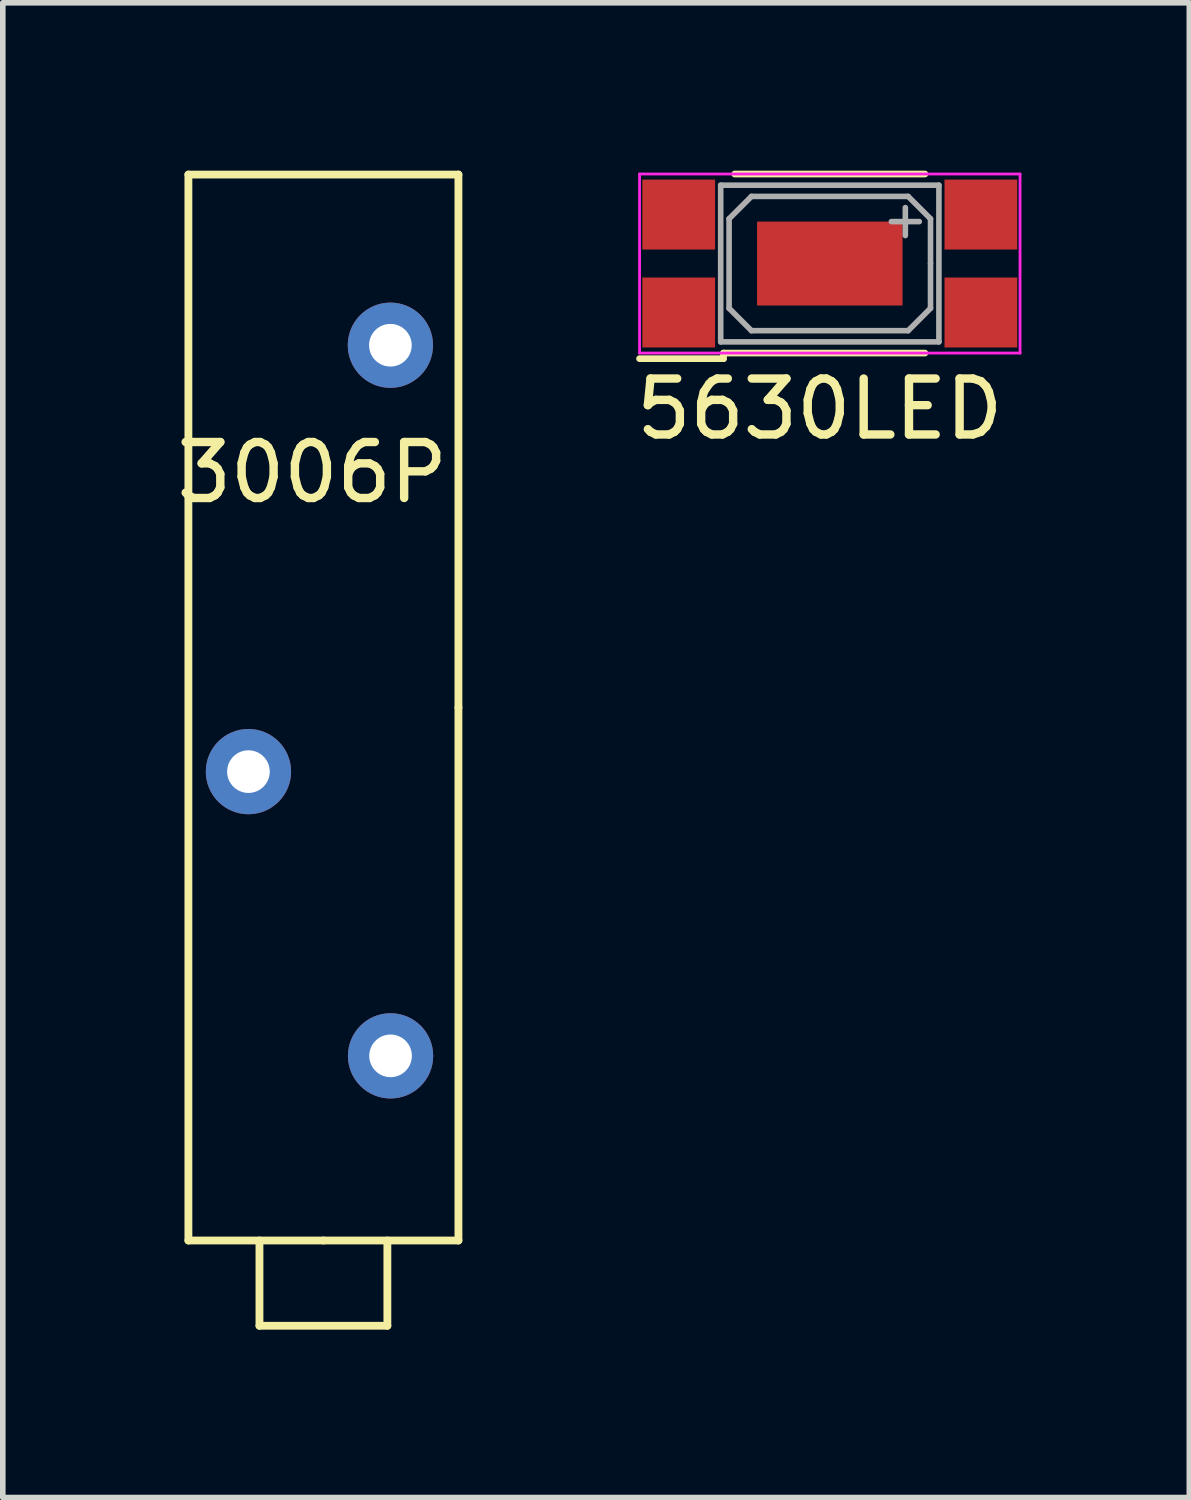
<source format=kicad_pcb>
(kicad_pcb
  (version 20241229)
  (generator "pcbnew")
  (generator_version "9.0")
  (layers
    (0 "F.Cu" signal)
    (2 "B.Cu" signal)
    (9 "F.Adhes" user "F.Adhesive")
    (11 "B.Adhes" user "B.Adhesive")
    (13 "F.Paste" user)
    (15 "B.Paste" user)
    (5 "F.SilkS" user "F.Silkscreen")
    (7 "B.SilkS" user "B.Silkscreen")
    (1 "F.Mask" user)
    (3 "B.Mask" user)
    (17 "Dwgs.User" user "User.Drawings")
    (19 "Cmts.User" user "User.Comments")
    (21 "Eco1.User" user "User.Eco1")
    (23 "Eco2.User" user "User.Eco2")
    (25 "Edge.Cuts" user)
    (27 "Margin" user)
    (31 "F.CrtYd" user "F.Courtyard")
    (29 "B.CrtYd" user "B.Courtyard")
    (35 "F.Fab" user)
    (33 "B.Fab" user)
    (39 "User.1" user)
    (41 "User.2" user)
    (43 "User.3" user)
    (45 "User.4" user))
  (footprint "3006P"
    (layer "F.Cu")
    (at 2.73 9.595)
    (property "Reference" "3006P" (at -0.2 -4.2 0) (layer "F.SilkS") (effects (font (size 1 1) (thickness 0.15))))
    (attr through_hole)
    (fp_line (start -2.413 -9.525) (end 2.413 -9.525) (stroke (width 0.14) (type solid)) (layer "F.SilkS"))
    (fp_line (start -2.413 9.525) (end -2.413 -9.525) (stroke (width 0.14) (type solid)) (layer "F.SilkS"))
    (fp_line (start -1.143 9.525) (end -1.143 11.049) (stroke (width 0.14) (type solid)) (layer "F.SilkS"))
    (fp_line (start -1.143 11.049) (end 1.143 11.049) (stroke (width 0.14) (type solid)) (layer "F.SilkS"))
    (fp_line (start 0 9.525) (end -2.413 9.525) (stroke (width 0.14) (type solid)) (layer "F.SilkS"))
    (fp_line (start 0 9.525) (end 2.413 9.525) (stroke (width 0.14) (type solid)) (layer "F.SilkS"))
    (fp_line (start 1.143 11.049) (end 1.143 9.525) (stroke (width 0.14) (type solid)) (layer "F.SilkS"))
    (fp_line (start 2.413 -9.525) (end 2.413 0) (stroke (width 0.14) (type solid)) (layer "F.SilkS"))
    (fp_line (start 2.413 0) (end 2.413 9.525) (stroke (width 0.14) (type solid)) (layer "F.SilkS"))
    (pad "1" thru_hole circle (at 1.197 -6.475) (size 1.524 1.524) (drill 0.762) (layers "*.Cu" "*.Mask"))
    (pad "2" thru_hole circle (at -1.34 1.145) (size 1.524 1.524) (drill 0.762) (layers "*.Cu" "*.Mask"))
    (pad "3" thru_hole circle (at 1.2 6.225) (size 1.524 1.524) (drill 0.762) (layers "*.Cu" "*.Mask")))
  (footprint "5630LED"
    (layer "F.Cu")
    (at 11.78 1.66)
    (property "Reference" "5630LED" (at -0.18 2.6 0) (layer "F.SilkS") (effects (font (size 1 1) (thickness 0.15))))
    (attr smd)
    (fp_line (start -1.9 1.7) (end -3.4 1.7) (stroke (width 0.12) (type solid)) (layer "F.SilkS"))
    (fp_line (start -1.9 1.7) (end -1.9 1.6) (stroke (width 0.12) (type solid)) (layer "F.SilkS"))
    (fp_line (start 1.7 -1.6) (end -1.7 -1.6) (stroke (width 0.12) (type solid)) (layer "F.SilkS"))
    (fp_line (start 1.7 1.6) (end -1.9 1.6) (stroke (width 0.12) (type solid)) (layer "F.SilkS"))
    (fp_line (start -3.4 -1.6) (end 3.4 -1.6) (stroke (width 0.05) (type solid)) (layer "F.CrtYd"))
    (fp_line (start -3.4 1.6) (end -3.4 -1.6) (stroke (width 0.05) (type solid)) (layer "F.CrtYd"))
    (fp_line (start 3.4 -1.6) (end 3.4 1.6) (stroke (width 0.05) (type solid)) (layer "F.CrtYd"))
    (fp_line (start 3.4 1.6) (end -3.4 1.6) (stroke (width 0.05) (type solid)) (layer "F.CrtYd"))
    (fp_line (start -1.95 -1.4) (end 1.95 -1.4) (stroke (width 0.1) (type solid)) (layer "F.Fab"))
    (fp_line (start -1.95 1.4) (end -1.95 -1.4) (stroke (width 0.1) (type solid)) (layer "F.Fab"))
    (fp_line (start -1.8 -0.8) (end -1.4 -1.2) (stroke (width 0.1) (type solid)) (layer "F.Fab"))
    (fp_line (start -1.8 0.8) (end -1.8 -0.8) (stroke (width 0.1) (type solid)) (layer "F.Fab"))
    (fp_line (start -1.4 -1.2) (end 1.4 -1.2) (stroke (width 0.1) (type solid)) (layer "F.Fab"))
    (fp_line (start -1.4 1.2) (end -1.8 0.8) (stroke (width 0.1) (type solid)) (layer "F.Fab"))
    (fp_line (start 1.35 -0.5) (end 1.35 -1) (stroke (width 0.1) (type solid)) (layer "F.Fab"))
    (fp_line (start 1.4 -1.2) (end 1.8 -0.8) (stroke (width 0.1) (type solid)) (layer "F.Fab"))
    (fp_line (start 1.4 1.2) (end -1.4 1.2) (stroke (width 0.1) (type solid)) (layer "F.Fab"))
    (fp_line (start 1.6 -0.75) (end 1.1 -0.75) (stroke (width 0.1) (type solid)) (layer "F.Fab"))
    (fp_line (start 1.8 -0.8) (end 1.8 0) (stroke (width 0.1) (type solid)) (layer "F.Fab"))
    (fp_line (start 1.8 0) (end 1.8 0.8) (stroke (width 0.1) (type solid)) (layer "F.Fab"))
    (fp_line (start 1.8 0.8) (end 1.4 1.2) (stroke (width 0.1) (type solid)) (layer "F.Fab"))
    (fp_line (start 1.95 -1.4) (end 1.95 1.4) (stroke (width 0.1) (type solid)) (layer "F.Fab"))
    (fp_line (start 1.95 1.4) (end -1.95 1.4) (stroke (width 0.1) (type solid)) (layer "F.Fab"))
    (pad "1" smd rect (at -2.7 0.875 180) (size 1.3 1.25) (layers "F.Cu" "F.Mask" "F.Paste"))
    (pad "2" smd rect (at 2.7 0.875 180) (size 1.3 1.25) (layers "F.Cu" "F.Mask" "F.Paste"))
    (pad "3" smd rect (at 2.7 -0.875 180) (size 1.3 1.25) (layers "F.Cu" "F.Mask" "F.Paste"))
    (pad "4" smd rect (at -2.7 -0.875 180) (size 1.3 1.25) (layers "F.Cu" "F.Mask" "F.Paste"))
    (pad "5" smd rect (at 0 0 180) (size 2.6 1.5) (layers "F.Cu" "F.Mask" "F.Paste")))
  (gr_rect
    (start -3 -3)
    (end 18.205 23.714)
    (stroke (width 0.1) (type default))
    (fill no)
    (layer "Edge.Cuts")))
</source>
